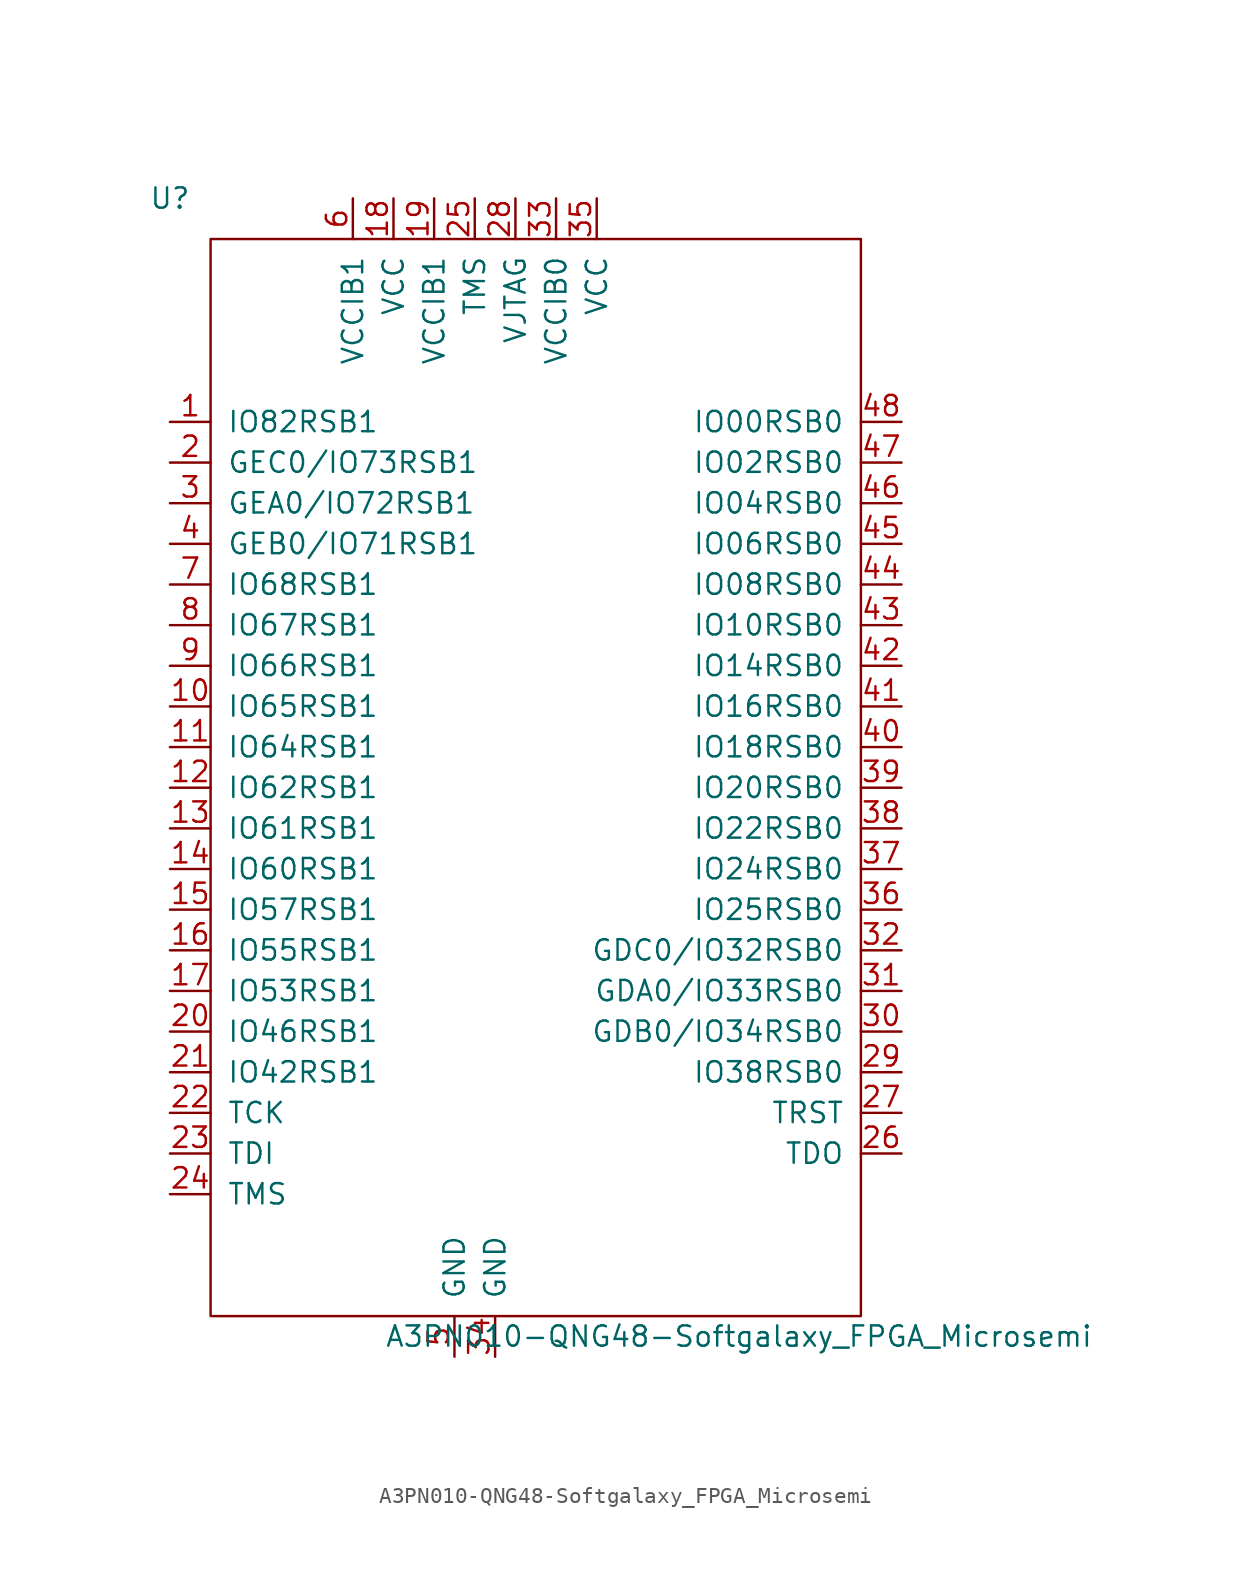
<source format=kicad_sym>
(kicad_symbol_lib
  (version 20220914)
  (generator kicad_symbol_editor)
  (symbol "A3PN010-QNG48-Softgalaxy_FPGA_Microsemi"
    (pin_names
      (offset 1.016))
    (property "Reference" "U"
      (at -15.24 39.37 0)
      (effects (font (size 1.27 1.27))))
    (property "Value" "A3PN010-QNG48-Softgalaxy_FPGA_Microsemi"
      (at 20.32 -31.75 0)
      (effects (font (size 1.27 1.27))))
    (symbol "A3PN010-QNG48-Softgalaxy_FPGA_Microsemi_0_1"
      (rectangle (start -12.7 36.83) (end 27.94 -30.48) (stroke (width 0) (type solid)) (fill (type none))))
    (symbol "A3PN010-QNG48-Softgalaxy_FPGA_Microsemi_1_1"
      (pin bidirectional line (at -15.24 25.4 0) (length 2.54) (name "IO82RSB1" (effects (font (size 1.27 1.27)))) (number "1" (effects (font (size 1.27 1.27)))))
      (pin bidirectional line (at -15.24 7.62 0) (length 2.54) (name "IO65RSB1" (effects (font (size 1.27 1.27)))) (number "10" (effects (font (size 1.27 1.27)))))
      (pin bidirectional line (at -15.24 5.08 0) (length 2.54) (name "IO64RSB1" (effects (font (size 1.27 1.27)))) (number "11" (effects (font (size 1.27 1.27)))))
      (pin bidirectional line (at -15.24 2.54 0) (length 2.54) (name "IO62RSB1" (effects (font (size 1.27 1.27)))) (number "12" (effects (font (size 1.27 1.27)))))
      (pin bidirectional line (at -15.24 0 0) (length 2.54) (name "IO61RSB1" (effects (font (size 1.27 1.27)))) (number "13" (effects (font (size 1.27 1.27)))))
      (pin bidirectional line (at -15.24 -2.54 0) (length 2.54) (name "IO60RSB1" (effects (font (size 1.27 1.27)))) (number "14" (effects (font (size 1.27 1.27)))))
      (pin bidirectional line (at -15.24 -5.08 0) (length 2.54) (name "IO57RSB1" (effects (font (size 1.27 1.27)))) (number "15" (effects (font (size 1.27 1.27)))))
      (pin bidirectional line (at -15.24 -7.62 0) (length 2.54) (name "IO55RSB1" (effects (font (size 1.27 1.27)))) (number "16" (effects (font (size 1.27 1.27)))))
      (pin bidirectional line (at -15.24 -10.16 0) (length 2.54) (name "IO53RSB1" (effects (font (size 1.27 1.27)))) (number "17" (effects (font (size 1.27 1.27)))))
      (pin power_in line (at -1.27 39.37 270) (length 2.54) (name "VCC" (effects (font (size 1.27 1.27)))) (number "18" (effects (font (size 1.27 1.27)))))
      (pin power_in line (at 1.27 39.37 270) (length 2.54) (name "VCCIB1" (effects (font (size 1.27 1.27)))) (number "19" (effects (font (size 1.27 1.27)))))
      (pin bidirectional line (at -15.24 22.86 0) (length 2.54) (name "GEC0/IO73RSB1" (effects (font (size 1.27 1.27)))) (number "2" (effects (font (size 1.27 1.27)))))
      (pin bidirectional line (at -15.24 -12.7 0) (length 2.54) (name "IO46RSB1" (effects (font (size 1.27 1.27)))) (number "20" (effects (font (size 1.27 1.27)))))
      (pin bidirectional line (at -15.24 -15.24 0) (length 2.54) (name "IO42RSB1" (effects (font (size 1.27 1.27)))) (number "21" (effects (font (size 1.27 1.27)))))
      (pin bidirectional line (at -15.24 -17.78 0) (length 2.54) (name "TCK" (effects (font (size 1.27 1.27)))) (number "22" (effects (font (size 1.27 1.27)))))
      (pin bidirectional line (at -15.24 -20.32 0) (length 2.54) (name "TDI" (effects (font (size 1.27 1.27)))) (number "23" (effects (font (size 1.27 1.27)))))
      (pin bidirectional line (at -15.24 -22.86 0) (length 2.54) (name "TMS" (effects (font (size 1.27 1.27)))) (number "24" (effects (font (size 1.27 1.27)))))
      (pin power_in line (at 3.81 39.37 270) (length 2.54) (name "TMS" (effects (font (size 1.27 1.27)))) (number "25" (effects (font (size 1.27 1.27)))))
      (pin bidirectional line (at 30.48 -20.32 180) (length 2.54) (name "TDO" (effects (font (size 1.27 1.27)))) (number "26" (effects (font (size 1.27 1.27)))))
      (pin bidirectional line (at 30.48 -17.78 180) (length 2.54) (name "TRST" (effects (font (size 1.27 1.27)))) (number "27" (effects (font (size 1.27 1.27)))))
      (pin power_in line (at 6.35 39.37 270) (length 2.54) (name "VJTAG" (effects (font (size 1.27 1.27)))) (number "28" (effects (font (size 1.27 1.27)))))
      (pin bidirectional line (at 30.48 -15.24 180) (length 2.54) (name "IO38RSB0" (effects (font (size 1.27 1.27)))) (number "29" (effects (font (size 1.27 1.27)))))
      (pin bidirectional line (at -15.24 20.32 0) (length 2.54) (name "GEA0/IO72RSB1" (effects (font (size 1.27 1.27)))) (number "3" (effects (font (size 1.27 1.27)))))
      (pin bidirectional line (at 30.48 -12.7 180) (length 2.54) (name "GDB0/IO34RSB0" (effects (font (size 1.27 1.27)))) (number "30" (effects (font (size 1.27 1.27)))))
      (pin bidirectional line (at 30.48 -10.16 180) (length 2.54) (name "GDA0/IO33RSB0" (effects (font (size 1.27 1.27)))) (number "31" (effects (font (size 1.27 1.27)))))
      (pin bidirectional line (at 30.48 -7.62 180) (length 2.54) (name "GDC0/IO32RSB0" (effects (font (size 1.27 1.27)))) (number "32" (effects (font (size 1.27 1.27)))))
      (pin power_in line (at 8.89 39.37 270) (length 2.54) (name "VCCIB0" (effects (font (size 1.27 1.27)))) (number "33" (effects (font (size 1.27 1.27)))))
      (pin power_in line (at 5.08 -33.02 90) (length 2.54) (name "GND" (effects (font (size 1.27 1.27)))) (number "34" (effects (font (size 1.27 1.27)))))
      (pin power_in line (at 11.43 39.37 270) (length 2.54) (name "VCC" (effects (font (size 1.27 1.27)))) (number "35" (effects (font (size 1.27 1.27)))))
      (pin bidirectional line (at 30.48 -5.08 180) (length 2.54) (name "IO25RSB0" (effects (font (size 1.27 1.27)))) (number "36" (effects (font (size 1.27 1.27)))))
      (pin bidirectional line (at 30.48 -2.54 180) (length 2.54) (name "IO24RSB0" (effects (font (size 1.27 1.27)))) (number "37" (effects (font (size 1.27 1.27)))))
      (pin bidirectional line (at 30.48 0 180) (length 2.54) (name "IO22RSB0" (effects (font (size 1.27 1.27)))) (number "38" (effects (font (size 1.27 1.27)))))
      (pin bidirectional line (at 30.48 2.54 180) (length 2.54) (name "IO20RSB0" (effects (font (size 1.27 1.27)))) (number "39" (effects (font (size 1.27 1.27)))))
      (pin bidirectional line (at -15.24 17.78 0) (length 2.54) (name "GEB0/IO71RSB1" (effects (font (size 1.27 1.27)))) (number "4" (effects (font (size 1.27 1.27)))))
      (pin bidirectional line (at 30.48 5.08 180) (length 2.54) (name "IO18RSB0" (effects (font (size 1.27 1.27)))) (number "40" (effects (font (size 1.27 1.27)))))
      (pin bidirectional line (at 30.48 7.62 180) (length 2.54) (name "IO16RSB0" (effects (font (size 1.27 1.27)))) (number "41" (effects (font (size 1.27 1.27)))))
      (pin bidirectional line (at 30.48 10.16 180) (length 2.54) (name "IO14RSB0" (effects (font (size 1.27 1.27)))) (number "42" (effects (font (size 1.27 1.27)))))
      (pin bidirectional line (at 30.48 12.7 180) (length 2.54) (name "IO10RSB0" (effects (font (size 1.27 1.27)))) (number "43" (effects (font (size 1.27 1.27)))))
      (pin bidirectional line (at 30.48 15.24 180) (length 2.54) (name "IO08RSB0" (effects (font (size 1.27 1.27)))) (number "44" (effects (font (size 1.27 1.27)))))
      (pin bidirectional line (at 30.48 17.78 180) (length 2.54) (name "IO06RSB0" (effects (font (size 1.27 1.27)))) (number "45" (effects (font (size 1.27 1.27)))))
      (pin bidirectional line (at 30.48 20.32 180) (length 2.54) (name "IO04RSB0" (effects (font (size 1.27 1.27)))) (number "46" (effects (font (size 1.27 1.27)))))
      (pin bidirectional line (at 30.48 22.86 180) (length 2.54) (name "IO02RSB0" (effects (font (size 1.27 1.27)))) (number "47" (effects (font (size 1.27 1.27)))))
      (pin bidirectional line (at 30.48 25.4 180) (length 2.54) (name "IO00RSB0" (effects (font (size 1.27 1.27)))) (number "48" (effects (font (size 1.27 1.27)))))
      (pin power_in line (at 2.54 -33.02 90) (length 2.54) (name "GND" (effects (font (size 1.27 1.27)))) (number "5" (effects (font (size 1.27 1.27)))))
      (pin power_in line (at -3.81 39.37 270) (length 2.54) (name "VCCIB1" (effects (font (size 1.27 1.27)))) (number "6" (effects (font (size 1.27 1.27)))))
      (pin bidirectional line (at -15.24 15.24 0) (length 2.54) (name "IO68RSB1" (effects (font (size 1.27 1.27)))) (number "7" (effects (font (size 1.27 1.27)))))
      (pin bidirectional line (at -15.24 12.7 0) (length 2.54) (name "IO67RSB1" (effects (font (size 1.27 1.27)))) (number "8" (effects (font (size 1.27 1.27)))))
      (pin bidirectional line (at -15.24 10.16 0) (length 2.54) (name "IO66RSB1" (effects (font (size 1.27 1.27)))) (number "9" (effects (font (size 1.27 1.27))))))))
</source>
